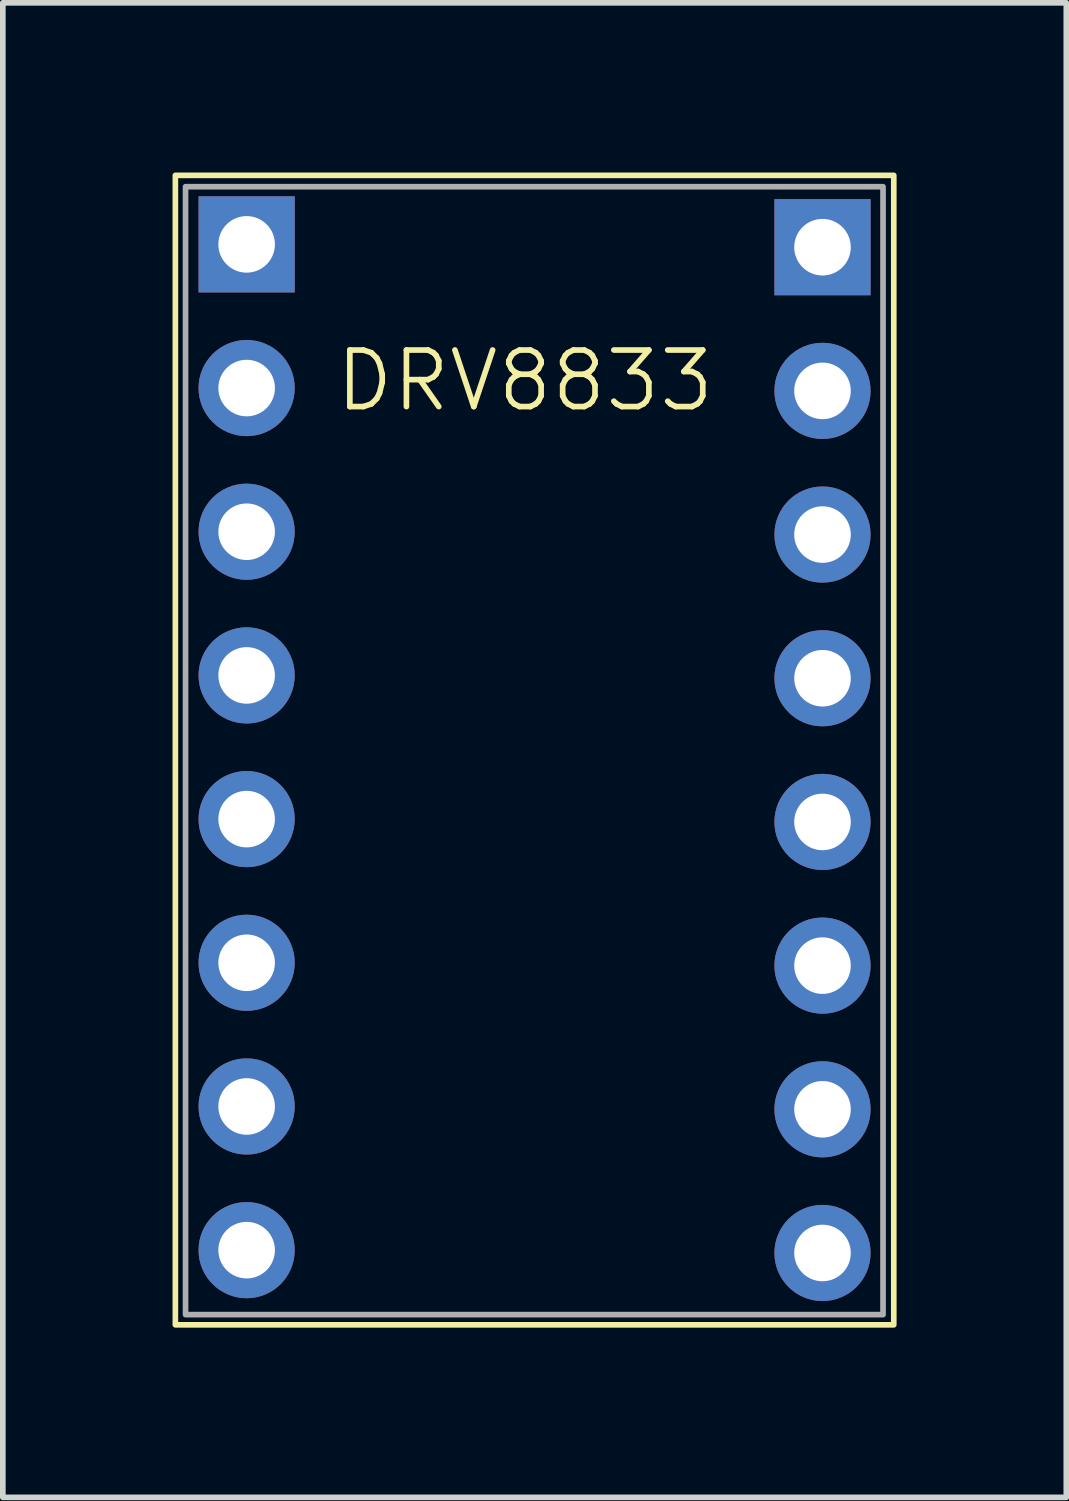
<source format=kicad_pcb>
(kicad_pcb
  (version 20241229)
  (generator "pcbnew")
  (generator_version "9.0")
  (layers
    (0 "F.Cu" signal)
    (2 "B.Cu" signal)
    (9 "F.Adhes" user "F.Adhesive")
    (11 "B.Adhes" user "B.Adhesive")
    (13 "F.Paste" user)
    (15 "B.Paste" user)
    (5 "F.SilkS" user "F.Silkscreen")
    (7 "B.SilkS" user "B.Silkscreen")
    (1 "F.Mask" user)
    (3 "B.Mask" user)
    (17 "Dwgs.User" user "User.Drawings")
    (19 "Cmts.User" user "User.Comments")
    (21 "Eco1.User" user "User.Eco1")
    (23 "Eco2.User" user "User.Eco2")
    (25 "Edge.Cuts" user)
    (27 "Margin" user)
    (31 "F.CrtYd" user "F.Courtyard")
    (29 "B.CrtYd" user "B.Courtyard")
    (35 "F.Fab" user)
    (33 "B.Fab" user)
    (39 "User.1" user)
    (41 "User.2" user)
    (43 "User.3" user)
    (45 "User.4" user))
  (footprint "DRV8833"
    (layer "F.Cu")
    (at 6.35 8.33)
    (property "Reference" "DRV8833" (at -0.12 -4.65 0) (unlocked yes) (layer "F.SilkS") (effects (font (size 1 1) (thickness 0.1))))
    (attr through_hole)
    (fp_rect (start -6.3 -8.28) (end 6.4 12.04) (stroke (width 0.1) (type default)) (fill no) (layer "F.SilkS"))
    (fp_rect (start -6.12 -8.08) (end 6.21 11.86) (stroke (width 0.1) (type default)) (fill no) (layer "F.Fab"))
    (pad "1" thru_hole rect (at -5.04 -7.06) (size 1.7 1.7) (drill 1) (layers "*.Cu" "*.Mask"))
    (pad "2" thru_hole oval (at -5.04 -4.52) (size 1.7 1.7) (drill 1) (layers "*.Cu" "*.Mask"))
    (pad "3" thru_hole oval (at -5.04 -1.98) (size 1.7 1.7) (drill 1) (layers "*.Cu" "*.Mask"))
    (pad "4" thru_hole oval (at -5.04 0.56) (size 1.7 1.7) (drill 1) (layers "*.Cu" "*.Mask"))
    (pad "5" thru_hole oval (at -5.04 3.1) (size 1.7 1.7) (drill 1) (layers "*.Cu" "*.Mask"))
    (pad "6" thru_hole oval (at -5.04 5.64) (size 1.7 1.7) (drill 1) (layers "*.Cu" "*.Mask"))
    (pad "7" thru_hole oval (at -5.04 8.18) (size 1.7 1.7) (drill 1) (layers "*.Cu" "*.Mask"))
    (pad "8" thru_hole oval (at -5.04 10.72) (size 1.7 1.7) (drill 1) (layers "*.Cu" "*.Mask"))
    (pad "9" thru_hole rect (at 5.14 -7.01) (size 1.7 1.7) (drill 1) (layers "*.Cu" "*.Mask"))
    (pad "10" thru_hole oval (at 5.14 -4.47) (size 1.7 1.7) (drill 1) (layers "*.Cu" "*.Mask"))
    (pad "11" thru_hole oval (at 5.14 -1.93) (size 1.7 1.7) (drill 1) (layers "*.Cu" "*.Mask"))
    (pad "12" thru_hole oval (at 5.14 0.61) (size 1.7 1.7) (drill 1) (layers "*.Cu" "*.Mask"))
    (pad "13" thru_hole oval (at 5.14 3.15) (size 1.7 1.7) (drill 1) (layers "*.Cu" "*.Mask"))
    (pad "14" thru_hole oval (at 5.14 5.69) (size 1.7 1.7) (drill 1) (layers "*.Cu" "*.Mask"))
    (pad "15" thru_hole oval (at 5.14 8.23) (size 1.7 1.7) (drill 1) (layers "*.Cu" "*.Mask"))
    (pad "16" thru_hole oval (at 5.14 10.77) (size 1.7 1.7) (drill 1) (layers "*.Cu" "*.Mask")))
  (gr_rect
    (start -3 -3)
    (end 15.8 23.42)
    (stroke (width 0.1) (type default))
    (fill no)
    (layer "Edge.Cuts")))
</source>
